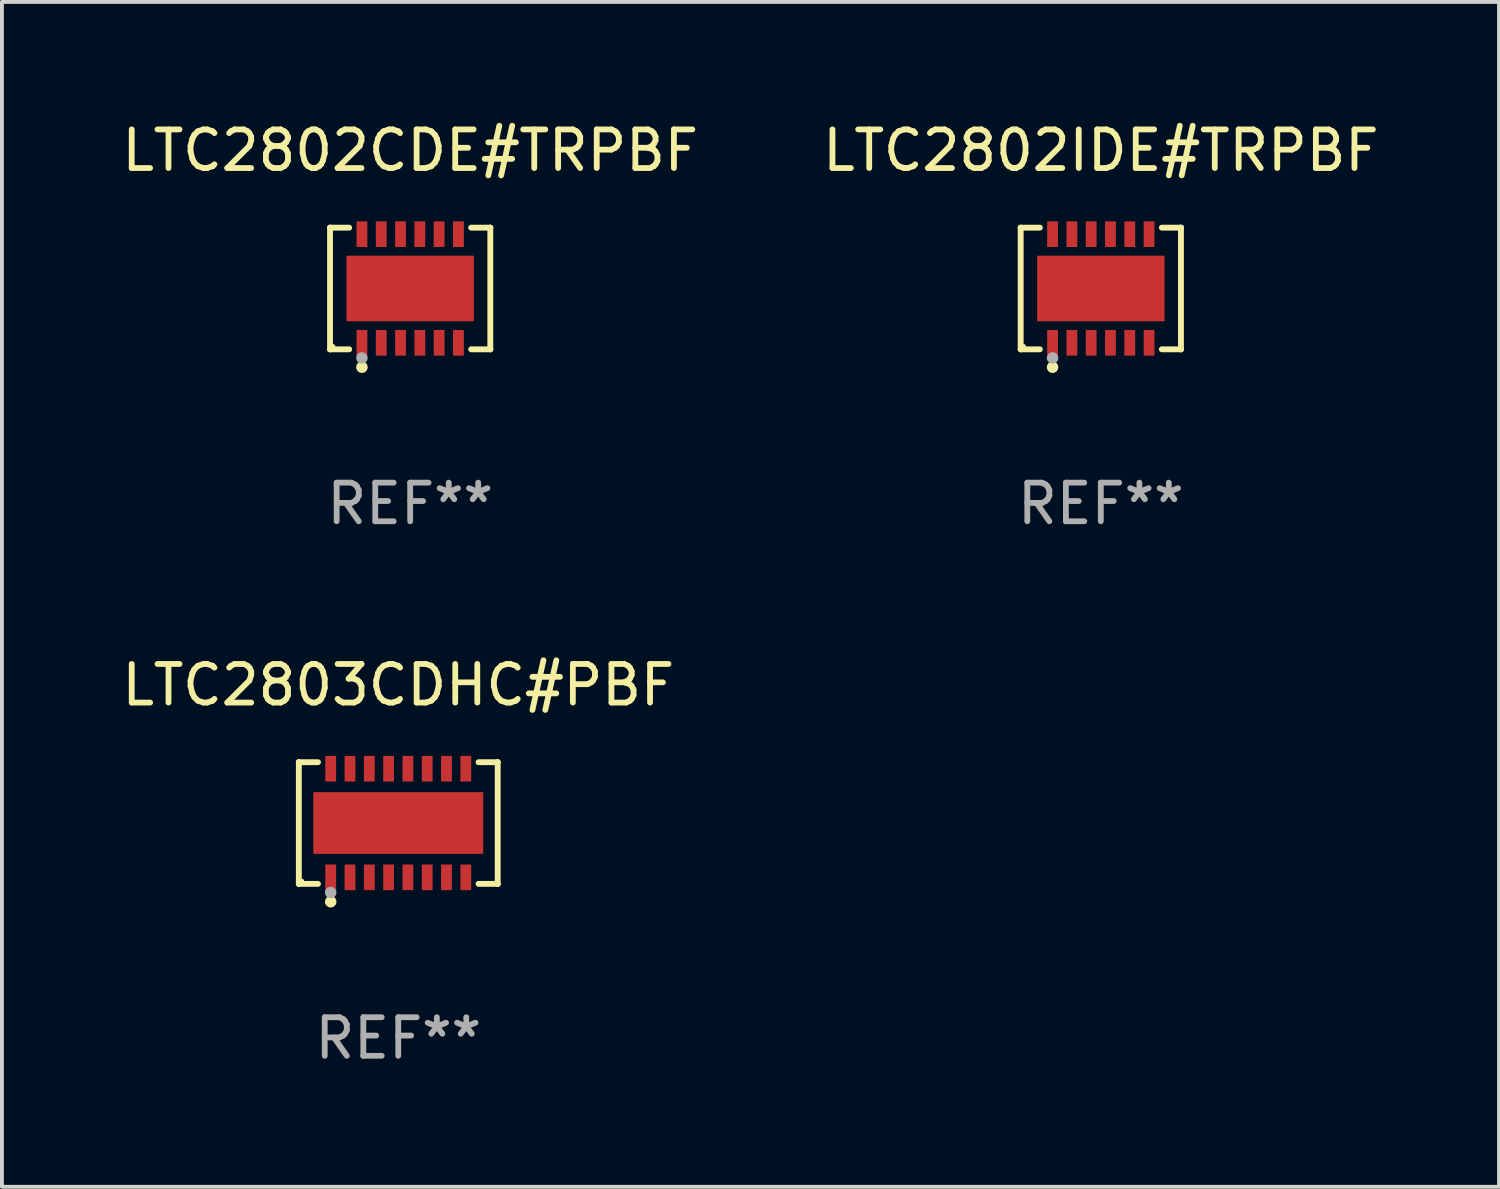
<source format=kicad_pcb>
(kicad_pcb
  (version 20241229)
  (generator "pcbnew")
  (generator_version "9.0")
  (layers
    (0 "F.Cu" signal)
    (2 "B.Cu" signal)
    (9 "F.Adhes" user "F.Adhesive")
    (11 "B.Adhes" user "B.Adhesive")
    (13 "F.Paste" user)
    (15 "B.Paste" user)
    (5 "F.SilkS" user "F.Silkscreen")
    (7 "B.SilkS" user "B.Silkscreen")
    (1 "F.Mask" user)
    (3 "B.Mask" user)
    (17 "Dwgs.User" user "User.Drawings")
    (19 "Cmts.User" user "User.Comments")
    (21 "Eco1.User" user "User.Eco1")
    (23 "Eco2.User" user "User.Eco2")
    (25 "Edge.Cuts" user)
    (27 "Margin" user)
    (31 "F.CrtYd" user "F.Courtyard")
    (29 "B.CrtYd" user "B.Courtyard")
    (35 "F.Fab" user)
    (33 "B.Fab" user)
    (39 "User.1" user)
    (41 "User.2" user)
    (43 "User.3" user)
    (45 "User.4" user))
  (footprint "LTC2802CDE#TRPBF"
    (layer "F.Cu")
    (at 7.577 4.424)
    (property "Reference" "LTC2802CDE#TRPBF" (at 0 -3.576 0) (layer "F.SilkS") (effects (font (size 1 1) (thickness 0.15))))
    (attr through_hole)
    (fp_line (start -2.076 -1.576) (end -2.076 -1.576) (stroke (width 0.152) (type solid)) (layer "F.SilkS"))
    (fp_line (start -2.076 -1.576) (end -1.58 -1.576) (stroke (width 0.152) (type solid)) (layer "F.SilkS"))
    (fp_line (start -2.076 1.576) (end -2.076 -1.576) (stroke (width 0.152) (type solid)) (layer "F.SilkS"))
    (fp_line (start -2.076 1.576) (end -2.076 1.576) (stroke (width 0.152) (type solid)) (layer "F.SilkS"))
    (fp_line (start -1.58 1.576) (end -2.076 1.576) (stroke (width 0.152) (type solid)) (layer "F.SilkS"))
    (fp_line (start 1.58 1.576) (end 2.076 1.576) (stroke (width 0.152) (type solid)) (layer "F.SilkS"))
    (fp_line (start 2.076 -1.576) (end 1.58 -1.576) (stroke (width 0.152) (type solid)) (layer "F.SilkS"))
    (fp_line (start 2.076 -1.576) (end 2.076 -1.576) (stroke (width 0.152) (type solid)) (layer "F.SilkS"))
    (fp_line (start 2.076 1.576) (end 2.076 -1.576) (stroke (width 0.152) (type solid)) (layer "F.SilkS"))
    (fp_line (start 2.076 1.576) (end 2.076 1.576) (stroke (width 0.152) (type solid)) (layer "F.SilkS"))
    (fp_circle (center -2 1.5) (end -1.97 1.5) (stroke (width 0.06) (type solid)) (fill no) (layer "F.SilkS"))
    (fp_circle (center -1.25 2.04) (end -1.175 2.04) (stroke (width 0.15) (type solid)) (fill no) (layer "F.SilkS"))
    (fp_circle (center -1.25 1.8) (end -1.175 1.8) (stroke (width 0.15) (type solid)) (fill no) (layer "F.Fab"))
    (fp_text user "REF**" (at 0 5.576 0) (layer "F.Fab") (effects (font (size 1 1) (thickness 0.15))))
    (pad "1" smd rect (at -1.25 1.407) (size 0.28 0.665) (layers "F.Cu" "F.Mask" "F.Paste"))
    (pad "2" smd rect (at -0.75 1.407) (size 0.28 0.665) (layers "F.Cu" "F.Mask" "F.Paste"))
    (pad "3" smd rect (at -0.25 1.407) (size 0.28 0.665) (layers "F.Cu" "F.Mask" "F.Paste"))
    (pad "4" smd rect (at 0.25 1.407) (size 0.28 0.665) (layers "F.Cu" "F.Mask" "F.Paste"))
    (pad "5" smd rect (at 0.75 1.407) (size 0.28 0.665) (layers "F.Cu" "F.Mask" "F.Paste"))
    (pad "6" smd rect (at 1.25 1.407) (size 0.28 0.665) (layers "F.Cu" "F.Mask" "F.Paste"))
    (pad "7" smd rect (at 1.25 -1.407) (size 0.28 0.665) (layers "F.Cu" "F.Mask" "F.Paste"))
    (pad "8" smd rect (at 0.75 -1.407) (size 0.28 0.665) (layers "F.Cu" "F.Mask" "F.Paste"))
    (pad "9" smd rect (at 0.25 -1.407) (size 0.28 0.665) (layers "F.Cu" "F.Mask" "F.Paste"))
    (pad "10" smd rect (at -0.25 -1.407) (size 0.28 0.665) (layers "F.Cu" "F.Mask" "F.Paste"))
    (pad "11" smd rect (at -0.75 -1.407) (size 0.28 0.665) (layers "F.Cu" "F.Mask" "F.Paste"))
    (pad "12" smd rect (at -1.25 -1.407) (size 0.28 0.665) (layers "F.Cu" "F.Mask" "F.Paste"))
    (pad "13" smd rect (at 0 0) (size 3.3 1.7) (layers "F.Cu" "F.Mask" "F.Paste")))
  (footprint "LTC2803CDHC#PBF"
    (layer "F.Cu")
    (at 7.268 18.273)
    (property "Reference" "LTC2803CDHC#PBF" (at 0 -3.576 0) (layer "F.SilkS") (effects (font (size 1 1) (thickness 0.15))))
    (attr through_hole)
    (fp_line (start -2.576 -1.576) (end -2.576 -1.576) (stroke (width 0.152) (type solid)) (layer "F.SilkS"))
    (fp_line (start -2.576 -1.576) (end -2.08 -1.576) (stroke (width 0.152) (type solid)) (layer "F.SilkS"))
    (fp_line (start -2.576 1.576) (end -2.576 -1.576) (stroke (width 0.152) (type solid)) (layer "F.SilkS"))
    (fp_line (start -2.576 1.576) (end -2.576 1.576) (stroke (width 0.152) (type solid)) (layer "F.SilkS"))
    (fp_line (start -2.08 1.576) (end -2.576 1.576) (stroke (width 0.152) (type solid)) (layer "F.SilkS"))
    (fp_line (start 2.08 1.576) (end 2.576 1.576) (stroke (width 0.152) (type solid)) (layer "F.SilkS"))
    (fp_line (start 2.576 -1.576) (end 2.08 -1.576) (stroke (width 0.152) (type solid)) (layer "F.SilkS"))
    (fp_line (start 2.576 -1.576) (end 2.576 -1.576) (stroke (width 0.152) (type solid)) (layer "F.SilkS"))
    (fp_line (start 2.576 1.576) (end 2.576 -1.576) (stroke (width 0.152) (type solid)) (layer "F.SilkS"))
    (fp_line (start 2.576 1.576) (end 2.576 1.576) (stroke (width 0.152) (type solid)) (layer "F.SilkS"))
    (fp_circle (center -2.5 1.5) (end -2.47 1.5) (stroke (width 0.06) (type solid)) (fill no) (layer "F.SilkS"))
    (fp_circle (center -1.75 2.04) (end -1.675 2.04) (stroke (width 0.15) (type solid)) (fill no) (layer "F.SilkS"))
    (fp_circle (center -1.75 1.8) (end -1.675 1.8) (stroke (width 0.15) (type solid)) (fill no) (layer "F.Fab"))
    (fp_text user "REF**" (at 0 5.576 0) (layer "F.Fab") (effects (font (size 1 1) (thickness 0.15))))
    (pad "1" smd rect (at -1.75 1.407) (size 0.28 0.665) (layers "F.Cu" "F.Mask" "F.Paste"))
    (pad "2" smd rect (at -1.25 1.407) (size 0.28 0.665) (layers "F.Cu" "F.Mask" "F.Paste"))
    (pad "3" smd rect (at -0.75 1.407) (size 0.28 0.665) (layers "F.Cu" "F.Mask" "F.Paste"))
    (pad "4" smd rect (at -0.25 1.407) (size 0.28 0.665) (layers "F.Cu" "F.Mask" "F.Paste"))
    (pad "5" smd rect (at 0.25 1.407) (size 0.28 0.665) (layers "F.Cu" "F.Mask" "F.Paste"))
    (pad "6" smd rect (at 0.75 1.407) (size 0.28 0.665) (layers "F.Cu" "F.Mask" "F.Paste"))
    (pad "7" smd rect (at 1.25 1.407) (size 0.28 0.665) (layers "F.Cu" "F.Mask" "F.Paste"))
    (pad "8" smd rect (at 1.75 1.407) (size 0.28 0.665) (layers "F.Cu" "F.Mask" "F.Paste"))
    (pad "9" smd rect (at 1.75 -1.407) (size 0.28 0.665) (layers "F.Cu" "F.Mask" "F.Paste"))
    (pad "10" smd rect (at 1.25 -1.407) (size 0.28 0.665) (layers "F.Cu" "F.Mask" "F.Paste"))
    (pad "11" smd rect (at 0.75 -1.407) (size 0.28 0.665) (layers "F.Cu" "F.Mask" "F.Paste"))
    (pad "12" smd rect (at 0.25 -1.407) (size 0.28 0.665) (layers "F.Cu" "F.Mask" "F.Paste"))
    (pad "13" smd rect (at -0.25 -1.407) (size 0.28 0.665) (layers "F.Cu" "F.Mask" "F.Paste"))
    (pad "14" smd rect (at -0.75 -1.407) (size 0.28 0.665) (layers "F.Cu" "F.Mask" "F.Paste"))
    (pad "15" smd rect (at -1.25 -1.407) (size 0.28 0.665) (layers "F.Cu" "F.Mask" "F.Paste"))
    (pad "16" smd rect (at -1.75 -1.407) (size 0.28 0.665) (layers "F.Cu" "F.Mask" "F.Paste"))
    (pad "17" smd rect (at 0 0) (size 4.4 1.6) (layers "F.Cu" "F.Mask" "F.Paste")))
  (footprint "LTC2802IDE#TRPBF"
    (layer "F.Cu")
    (at 25.47 4.424)
    (property "Reference" "LTC2802IDE#TRPBF" (at 0 -3.576 0) (layer "F.SilkS") (effects (font (size 1 1) (thickness 0.15))))
    (attr through_hole)
    (fp_line (start -2.076 -1.576) (end -2.076 -1.576) (stroke (width 0.152) (type solid)) (layer "F.SilkS"))
    (fp_line (start -2.076 -1.576) (end -1.58 -1.576) (stroke (width 0.152) (type solid)) (layer "F.SilkS"))
    (fp_line (start -2.076 1.576) (end -2.076 -1.576) (stroke (width 0.152) (type solid)) (layer "F.SilkS"))
    (fp_line (start -2.076 1.576) (end -2.076 1.576) (stroke (width 0.152) (type solid)) (layer "F.SilkS"))
    (fp_line (start -1.58 1.576) (end -2.076 1.576) (stroke (width 0.152) (type solid)) (layer "F.SilkS"))
    (fp_line (start 1.58 1.576) (end 2.076 1.576) (stroke (width 0.152) (type solid)) (layer "F.SilkS"))
    (fp_line (start 2.076 -1.576) (end 1.58 -1.576) (stroke (width 0.152) (type solid)) (layer "F.SilkS"))
    (fp_line (start 2.076 -1.576) (end 2.076 -1.576) (stroke (width 0.152) (type solid)) (layer "F.SilkS"))
    (fp_line (start 2.076 1.576) (end 2.076 -1.576) (stroke (width 0.152) (type solid)) (layer "F.SilkS"))
    (fp_line (start 2.076 1.576) (end 2.076 1.576) (stroke (width 0.152) (type solid)) (layer "F.SilkS"))
    (fp_circle (center -2 1.5) (end -1.97 1.5) (stroke (width 0.06) (type solid)) (fill no) (layer "F.SilkS"))
    (fp_circle (center -1.25 2.04) (end -1.175 2.04) (stroke (width 0.15) (type solid)) (fill no) (layer "F.SilkS"))
    (fp_circle (center -1.25 1.8) (end -1.175 1.8) (stroke (width 0.15) (type solid)) (fill no) (layer "F.Fab"))
    (fp_text user "REF**" (at 0 5.576 0) (layer "F.Fab") (effects (font (size 1 1) (thickness 0.15))))
    (pad "1" smd rect (at -1.25 1.407) (size 0.28 0.665) (layers "F.Cu" "F.Mask" "F.Paste"))
    (pad "2" smd rect (at -0.75 1.407) (size 0.28 0.665) (layers "F.Cu" "F.Mask" "F.Paste"))
    (pad "3" smd rect (at -0.25 1.407) (size 0.28 0.665) (layers "F.Cu" "F.Mask" "F.Paste"))
    (pad "4" smd rect (at 0.25 1.407) (size 0.28 0.665) (layers "F.Cu" "F.Mask" "F.Paste"))
    (pad "5" smd rect (at 0.75 1.407) (size 0.28 0.665) (layers "F.Cu" "F.Mask" "F.Paste"))
    (pad "6" smd rect (at 1.25 1.407) (size 0.28 0.665) (layers "F.Cu" "F.Mask" "F.Paste"))
    (pad "7" smd rect (at 1.25 -1.407) (size 0.28 0.665) (layers "F.Cu" "F.Mask" "F.Paste"))
    (pad "8" smd rect (at 0.75 -1.407) (size 0.28 0.665) (layers "F.Cu" "F.Mask" "F.Paste"))
    (pad "9" smd rect (at 0.25 -1.407) (size 0.28 0.665) (layers "F.Cu" "F.Mask" "F.Paste"))
    (pad "10" smd rect (at -0.25 -1.407) (size 0.28 0.665) (layers "F.Cu" "F.Mask" "F.Paste"))
    (pad "11" smd rect (at -0.75 -1.407) (size 0.28 0.665) (layers "F.Cu" "F.Mask" "F.Paste"))
    (pad "12" smd rect (at -1.25 -1.407) (size 0.28 0.665) (layers "F.Cu" "F.Mask" "F.Paste"))
    (pad "13" smd rect (at 0 0) (size 3.3 1.7) (layers "F.Cu" "F.Mask" "F.Paste")))
  (gr_rect
    (start -3 -3)
    (end 35.786 27.698)
    (stroke (width 0.1) (type default))
    (fill no)
    (layer "Edge.Cuts")))
</source>
